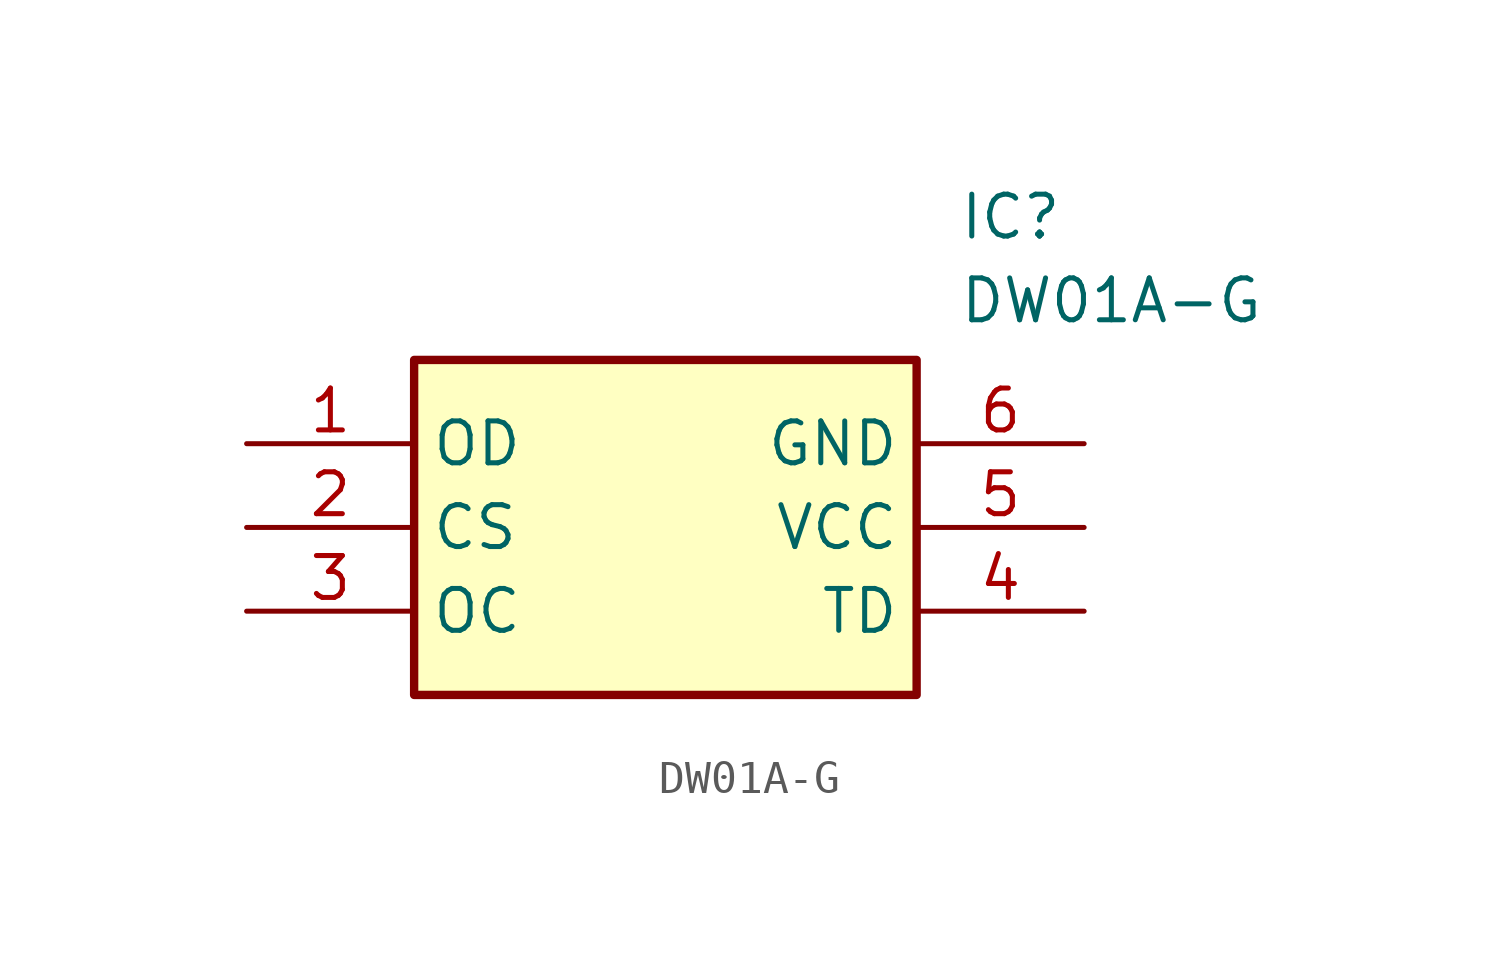
<source format=kicad_sym>
(kicad_symbol_lib
  (version 20211014)
  (generator SamacSys_ECAD_Model)
  (symbol "DW01A-G"
    (property "Reference" "IC"
      (at 21.59 7.62 0)
      (effects (font (size 1.27 1.27)) (justify left top)))
    (property "Value" "DW01A-G"
      (at 21.59 5.08 0)
      (effects (font (size 1.27 1.27)) (justify left top)))
    (rectangle
      (start 5.08 2.54)
      (end 20.32 -7.62)
      (stroke (width 0.254) (type default))
      (fill (type background)))
    (pin passive line
      (at 0 0 0)
      (length 5.08)
      (name "OD" (effects (font (size 1.27 1.27))))
      (number "1" (effects (font (size 1.27 1.27)))))
    (pin passive line
      (at 0 -2.54 0)
      (length 5.08)
      (name "CS" (effects (font (size 1.27 1.27))))
      (number "2" (effects (font (size 1.27 1.27)))))
    (pin passive line
      (at 0 -5.08 0)
      (length 5.08)
      (name "OC" (effects (font (size 1.27 1.27))))
      (number "3" (effects (font (size 1.27 1.27)))))
    (pin passive line
      (at 25.4 0 180)
      (length 5.08)
      (name "GND" (effects (font (size 1.27 1.27))))
      (number "6" (effects (font (size 1.27 1.27)))))
    (pin passive line
      (at 25.4 -2.54 180)
      (length 5.08)
      (name "VCC" (effects (font (size 1.27 1.27))))
      (number "5" (effects (font (size 1.27 1.27)))))
    (pin passive line
      (at 25.4 -5.08 180)
      (length 5.08)
      (name "TD" (effects (font (size 1.27 1.27))))
      (number "4" (effects (font (size 1.27 1.27)))))))
</source>
